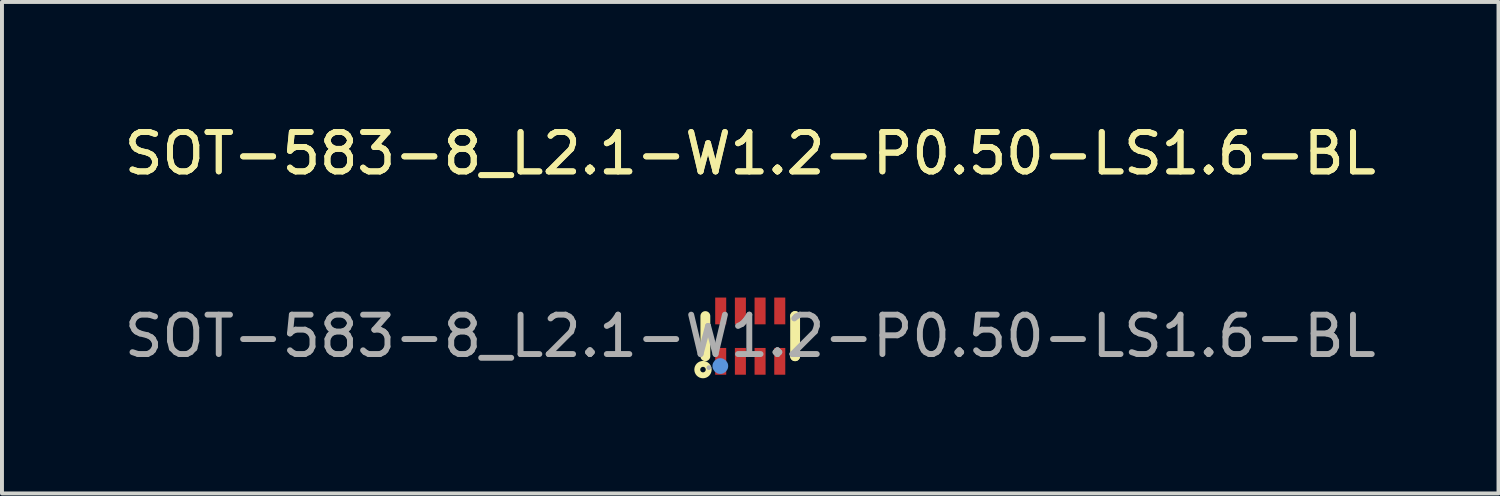
<source format=kicad_pcb>
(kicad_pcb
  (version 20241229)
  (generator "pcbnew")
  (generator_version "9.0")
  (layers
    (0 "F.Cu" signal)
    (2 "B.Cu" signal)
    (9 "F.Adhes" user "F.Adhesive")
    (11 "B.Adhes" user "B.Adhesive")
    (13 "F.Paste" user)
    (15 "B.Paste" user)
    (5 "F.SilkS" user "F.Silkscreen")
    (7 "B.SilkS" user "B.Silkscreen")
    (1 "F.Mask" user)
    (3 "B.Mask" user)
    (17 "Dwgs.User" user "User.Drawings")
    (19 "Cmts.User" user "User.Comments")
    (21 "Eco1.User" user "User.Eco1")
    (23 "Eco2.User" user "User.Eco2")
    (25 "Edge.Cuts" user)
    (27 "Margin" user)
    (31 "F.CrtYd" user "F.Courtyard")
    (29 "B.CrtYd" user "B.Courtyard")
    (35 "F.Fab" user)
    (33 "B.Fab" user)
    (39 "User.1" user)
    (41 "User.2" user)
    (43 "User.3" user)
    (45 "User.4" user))
  (footprint "SOT-583-8_L2.1-W1.2-P0.50-LS1.6-BL"
    (layer "F.Cu")
    (at 16.006 5.488)
    (property "Reference" "SOT-583-8_L2.1-W1.2-P0.50-LS1.6-BL" (at 0 -4.64 0) (layer "F.SilkS") (effects (font (size 1 1) (thickness 0.15))))
    (attr smd)
    (fp_line (start -1.14 -0.51) (end -1.14 0.51) (stroke (width 0.25) (type solid)) (layer "F.SilkS"))
    (fp_line (start 1.14 -0.51) (end 1.14 -0.51) (stroke (width 0.25) (type solid)) (layer "F.SilkS"))
    (fp_line (start 1.14 0.51) (end 1.14 -0.51) (stroke (width 0.25) (type solid)) (layer "F.SilkS"))
    (fp_line (start 1.14 0.51) (end 1.14 0.51) (stroke (width 0.25) (type solid)) (layer "F.SilkS"))
    (fp_circle (center -1.2 0.85) (end -1.13 0.85) (stroke (width 0.15) (type solid)) (fill no) (layer "F.SilkS"))
    (fp_circle (center -0.76 0.76) (end -0.66 0.76) (stroke (width 0.2) (type solid)) (fill no) (layer "Cmts.User"))
    (fp_circle (center -1.05 0.8) (end -1.02 0.8) (stroke (width 0.06) (type solid)) (fill no) (layer "F.Fab"))
    (fp_text user "${REFERENCE}" (at 0 -4.64 0) (layer "F.SilkS") (effects (font (size 1 1) (thickness 0.15))))
    (fp_text user "${REFERENCE}" (at 0 0 0) (layer "F.Fab") (effects (font (size 1 1) (thickness 0.15))))
    (pad "1" smd rect (at -0.75 0.64) (size 0.28 0.68) (layers "F.Cu" "F.Mask" "F.Paste"))
    (pad "2" smd rect (at -0.25 0.64) (size 0.28 0.68) (layers "F.Cu" "F.Mask" "F.Paste"))
    (pad "3" smd rect (at 0.25 0.64) (size 0.28 0.68) (layers "F.Cu" "F.Mask" "F.Paste"))
    (pad "4" smd rect (at 0.75 0.64) (size 0.28 0.68) (layers "F.Cu" "F.Mask" "F.Paste"))
    (pad "5" smd rect (at 0.75 -0.64) (size 0.28 0.68) (layers "F.Cu" "F.Mask" "F.Paste"))
    (pad "6" smd rect (at 0.25 -0.64) (size 0.28 0.68) (layers "F.Cu" "F.Mask" "F.Paste"))
    (pad "7" smd rect (at -0.25 -0.64) (size 0.28 0.68) (layers "F.Cu" "F.Mask" "F.Paste"))
    (pad "8" smd rect (at -0.75 -0.64) (size 0.28 0.68) (layers "F.Cu" "F.Mask" "F.Paste")))
  (gr_rect
    (start -3 -3)
    (end 35.012 9.483)
    (stroke (width 0.1) (type default))
    (fill no)
    (layer "Edge.Cuts")))
</source>
